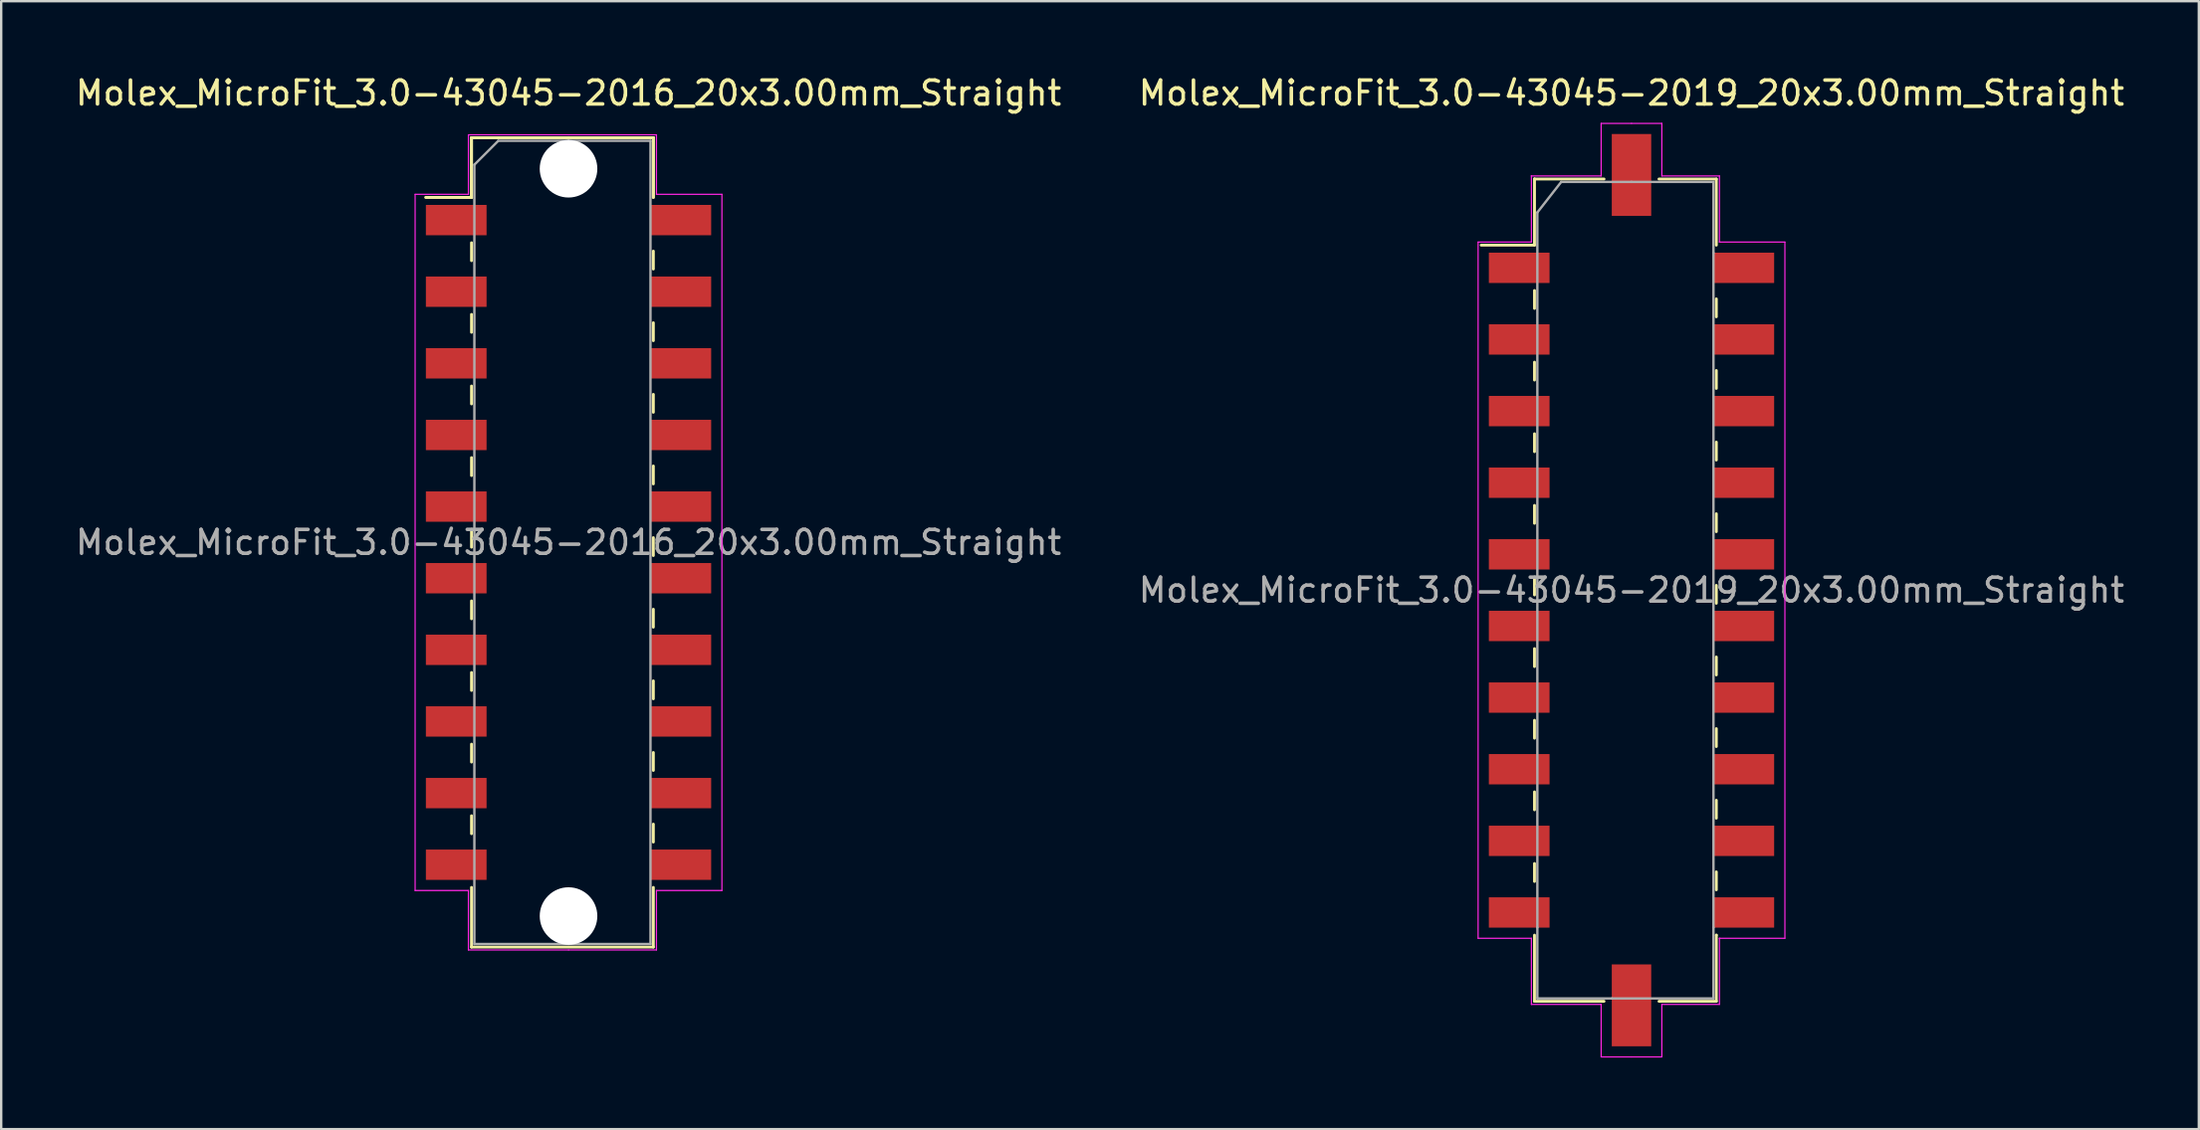
<source format=kicad_pcb>
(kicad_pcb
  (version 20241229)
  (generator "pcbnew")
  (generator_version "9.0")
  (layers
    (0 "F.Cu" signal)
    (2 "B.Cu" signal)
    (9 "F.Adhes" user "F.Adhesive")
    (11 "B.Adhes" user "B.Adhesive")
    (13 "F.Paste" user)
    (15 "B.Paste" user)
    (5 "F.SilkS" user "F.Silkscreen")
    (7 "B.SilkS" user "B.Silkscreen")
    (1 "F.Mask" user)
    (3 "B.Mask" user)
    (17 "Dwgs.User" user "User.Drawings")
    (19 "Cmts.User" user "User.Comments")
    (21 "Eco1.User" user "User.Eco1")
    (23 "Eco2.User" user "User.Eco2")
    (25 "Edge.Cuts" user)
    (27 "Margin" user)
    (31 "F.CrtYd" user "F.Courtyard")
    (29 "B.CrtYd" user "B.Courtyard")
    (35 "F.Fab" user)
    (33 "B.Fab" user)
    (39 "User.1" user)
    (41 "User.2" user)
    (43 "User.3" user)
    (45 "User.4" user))
  (footprint "Molex_MicroFit_3.0-43045-2016_20x3.00mm_Straight"
    (layer "F.Cu")
    (at 20.744 19.668)
    (property "Reference" "Molex_MicroFit_3.0-43045-2016_20x3.00mm_Straight" (at 0 -18.82 0) (layer "F.SilkS") (effects (font (size 1 1) (thickness 0.15))))
    (attr smd)
    (fp_line (start -5.97 -14.45) (end -4.06 -14.45) (stroke (width 0.12) (type solid)) (layer "F.SilkS"))
    (fp_line (start -5.97 -14.45) (end -4.06 -14.45) (stroke (width 0.12) (type solid)) (layer "F.SilkS"))
    (fp_line (start -4.06 -16.95) (end 3.55 -16.95) (stroke (width 0.12) (type solid)) (layer "F.SilkS"))
    (fp_line (start -4.06 -16.95) (end 3.55 -16.95) (stroke (width 0.12) (type solid)) (layer "F.SilkS"))
    (fp_line (start -4.06 -14.45) (end -4.06 -16.95) (stroke (width 0.12) (type solid)) (layer "F.SilkS"))
    (fp_line (start -4.06 -14.45) (end -4.06 -16.95) (stroke (width 0.12) (type solid)) (layer "F.SilkS"))
    (fp_line (start -4.06 -12.55) (end -4.06 -11.8) (stroke (width 0.12) (type solid)) (layer "F.SilkS"))
    (fp_line (start -4.06 -9.55) (end -4.06 -8.8) (stroke (width 0.12) (type solid)) (layer "F.SilkS"))
    (fp_line (start -4.06 -6.55) (end -4.06 -5.8) (stroke (width 0.12) (type solid)) (layer "F.SilkS"))
    (fp_line (start -4.06 -3.55) (end -4.06 -2.8) (stroke (width 0.12) (type solid)) (layer "F.SilkS"))
    (fp_line (start -4.06 -0.55) (end -4.06 0.2) (stroke (width 0.12) (type solid)) (layer "F.SilkS"))
    (fp_line (start -4.06 2.45) (end -4.06 3.2) (stroke (width 0.12) (type solid)) (layer "F.SilkS"))
    (fp_line (start -4.06 5.45) (end -4.06 6.2) (stroke (width 0.12) (type solid)) (layer "F.SilkS"))
    (fp_line (start -4.06 8.45) (end -4.06 9.2) (stroke (width 0.12) (type solid)) (layer "F.SilkS"))
    (fp_line (start -4.06 11.45) (end -4.06 12.2) (stroke (width 0.12) (type solid)) (layer "F.SilkS"))
    (fp_line (start -4.06 16.95) (end -4.06 14.45) (stroke (width 0.12) (type solid)) (layer "F.SilkS"))
    (fp_line (start 3.55 -16.95) (end 3.55 -14.45) (stroke (width 0.12) (type solid)) (layer "F.SilkS"))
    (fp_line (start 3.55 -16.95) (end 3.55 -14.45) (stroke (width 0.12) (type solid)) (layer "F.SilkS"))
    (fp_line (start 3.55 -11.45) (end 3.55 -12.2) (stroke (width 0.12) (type solid)) (layer "F.SilkS"))
    (fp_line (start 3.55 -8.45) (end 3.55 -9.2) (stroke (width 0.12) (type solid)) (layer "F.SilkS"))
    (fp_line (start 3.55 -5.45) (end 3.55 -6.2) (stroke (width 0.12) (type solid)) (layer "F.SilkS"))
    (fp_line (start 3.55 -2.45) (end 3.55 -3.2) (stroke (width 0.12) (type solid)) (layer "F.SilkS"))
    (fp_line (start 3.55 0.55) (end 3.55 -0.2) (stroke (width 0.12) (type solid)) (layer "F.SilkS"))
    (fp_line (start 3.55 3.55) (end 3.55 2.8) (stroke (width 0.12) (type solid)) (layer "F.SilkS"))
    (fp_line (start 3.55 6.55) (end 3.55 5.8) (stroke (width 0.12) (type solid)) (layer "F.SilkS"))
    (fp_line (start 3.55 9.55) (end 3.55 8.8) (stroke (width 0.12) (type solid)) (layer "F.SilkS"))
    (fp_line (start 3.55 12.55) (end 3.55 11.8) (stroke (width 0.12) (type solid)) (layer "F.SilkS"))
    (fp_line (start 3.55 14.45) (end 3.55 16.95) (stroke (width 0.12) (type solid)) (layer "F.SilkS"))
    (fp_line (start 3.55 16.95) (end -4.06 16.95) (stroke (width 0.12) (type solid)) (layer "F.SilkS"))
    (fp_line (start -6.42 -14.58) (end -4.19 -14.58) (stroke (width 0.05) (type solid)) (layer "F.CrtYd"))
    (fp_line (start -6.42 14.58) (end -6.42 -14.58) (stroke (width 0.05) (type solid)) (layer "F.CrtYd"))
    (fp_line (start -4.19 -17.07) (end 0 -17.07) (stroke (width 0.05) (type solid)) (layer "F.CrtYd"))
    (fp_line (start -4.19 -14.58) (end -4.19 -17.07) (stroke (width 0.05) (type solid)) (layer "F.CrtYd"))
    (fp_line (start -4.19 14.58) (end -6.42 14.58) (stroke (width 0.05) (type solid)) (layer "F.CrtYd"))
    (fp_line (start -4.19 17.07) (end -4.19 14.58) (stroke (width 0.05) (type solid)) (layer "F.CrtYd"))
    (fp_line (start 0 -17.07) (end 3.68 -17.07) (stroke (width 0.05) (type solid)) (layer "F.CrtYd"))
    (fp_line (start 0 17.07) (end -4.19 17.07) (stroke (width 0.05) (type solid)) (layer "F.CrtYd"))
    (fp_line (start 3.68 -17.07) (end 3.68 -14.58) (stroke (width 0.05) (type solid)) (layer "F.CrtYd"))
    (fp_line (start 3.68 -14.58) (end 6.42 -14.58) (stroke (width 0.05) (type solid)) (layer "F.CrtYd"))
    (fp_line (start 3.68 14.58) (end 3.68 17.07) (stroke (width 0.05) (type solid)) (layer "F.CrtYd"))
    (fp_line (start 3.68 17.07) (end 0 17.07) (stroke (width 0.05) (type solid)) (layer "F.CrtYd"))
    (fp_line (start 6.42 -14.58) (end 6.42 14.58) (stroke (width 0.05) (type solid)) (layer "F.CrtYd"))
    (fp_line (start 6.42 14.58) (end 3.68 14.58) (stroke (width 0.05) (type solid)) (layer "F.CrtYd"))
    (fp_line (start -3.94 -15.82) (end -2.94 -16.82) (stroke (width 0.1) (type solid)) (layer "F.Fab"))
    (fp_line (start -3.94 16.82) (end -3.94 -15.82) (stroke (width 0.1) (type solid)) (layer "F.Fab"))
    (fp_line (start -2.94 -16.82) (end 0 -16.82) (stroke (width 0.1) (type solid)) (layer "F.Fab"))
    (fp_line (start 0 -16.82) (end 3.43 -16.82) (stroke (width 0.1) (type solid)) (layer "F.Fab"))
    (fp_line (start 0 16.82) (end -3.94 16.82) (stroke (width 0.1) (type solid)) (layer "F.Fab"))
    (fp_line (start 3.43 -16.82) (end 3.43 16.82) (stroke (width 0.1) (type solid)) (layer "F.Fab"))
    (fp_line (start 3.43 16.82) (end 0 16.82) (stroke (width 0.1) (type solid)) (layer "F.Fab"))
    (fp_text user "${REFERENCE}" (at 0 0 0) (layer "F.Fab") (effects (font (size 1 1) (thickness 0.15))))
    (pad "" np_thru_hole circle (at 0 -15.65) (size 2.41 2.41) (drill 2.41) (layers "*.Cu"))
    (pad "" np_thru_hole circle (at 0 15.65) (size 2.41 2.41) (drill 2.41) (layers "*.Cu"))
    (pad "1" smd rect (at -4.7 -13.5) (size 2.54 1.27) (layers "F.Cu" "F.Mask" "F.Paste"))
    (pad "2" smd rect (at -4.7 -10.5) (size 2.54 1.27) (layers "F.Cu" "F.Mask" "F.Paste"))
    (pad "3" smd rect (at -4.7 -7.5) (size 2.54 1.27) (layers "F.Cu" "F.Mask" "F.Paste"))
    (pad "4" smd rect (at -4.7 -4.5) (size 2.54 1.27) (layers "F.Cu" "F.Mask" "F.Paste"))
    (pad "5" smd rect (at -4.7 -1.5) (size 2.54 1.27) (layers "F.Cu" "F.Mask" "F.Paste"))
    (pad "6" smd rect (at -4.7 1.5) (size 2.54 1.27) (layers "F.Cu" "F.Mask" "F.Paste"))
    (pad "7" smd rect (at -4.7 4.5) (size 2.54 1.27) (layers "F.Cu" "F.Mask" "F.Paste"))
    (pad "8" smd rect (at -4.7 7.5) (size 2.54 1.27) (layers "F.Cu" "F.Mask" "F.Paste"))
    (pad "9" smd rect (at -4.7 10.5) (size 2.54 1.27) (layers "F.Cu" "F.Mask" "F.Paste"))
    (pad "10" smd rect (at -4.7 13.5) (size 2.54 1.27) (layers "F.Cu" "F.Mask" "F.Paste"))
    (pad "11" smd rect (at 4.7 13.5) (size 2.54 1.27) (layers "F.Cu" "F.Mask" "F.Paste"))
    (pad "12" smd rect (at 4.7 10.5) (size 2.54 1.27) (layers "F.Cu" "F.Mask" "F.Paste"))
    (pad "13" smd rect (at 4.7 7.5) (size 2.54 1.27) (layers "F.Cu" "F.Mask" "F.Paste"))
    (pad "14" smd rect (at 4.7 4.5) (size 2.54 1.27) (layers "F.Cu" "F.Mask" "F.Paste"))
    (pad "15" smd rect (at 4.7 1.5) (size 2.54 1.27) (layers "F.Cu" "F.Mask" "F.Paste"))
    (pad "16" smd rect (at 4.7 -1.5) (size 2.54 1.27) (layers "F.Cu" "F.Mask" "F.Paste"))
    (pad "17" smd rect (at 4.7 -4.5) (size 2.54 1.27) (layers "F.Cu" "F.Mask" "F.Paste"))
    (pad "18" smd rect (at 4.7 -7.5) (size 2.54 1.27) (layers "F.Cu" "F.Mask" "F.Paste"))
    (pad "19" smd rect (at 4.7 -10.5) (size 2.54 1.27) (layers "F.Cu" "F.Mask" "F.Paste"))
    (pad "20" smd rect (at 4.7 -13.5) (size 2.54 1.27) (layers "F.Cu" "F.Mask" "F.Paste")))
  (footprint "Molex_MicroFit_3.0-43045-2019_20x3.00mm_Straight"
    (layer "F.Cu")
    (at 65.232 21.668)
    (property "Reference" "Molex_MicroFit_3.0-43045-2019_20x3.00mm_Straight" (at 0 -20.82 0) (layer "F.SilkS") (effects (font (size 1 1) (thickness 0.15))))
    (attr smd)
    (fp_line (start -6.29 -14.45) (end -4.06 -14.45) (stroke (width 0.12) (type solid)) (layer "F.SilkS"))
    (fp_line (start -4.06 -17.22) (end -4.06 -17.22) (stroke (width 0.12) (type solid)) (layer "F.SilkS"))
    (fp_line (start -4.06 -17.22) (end -1.15 -17.22) (stroke (width 0.12) (type solid)) (layer "F.SilkS"))
    (fp_line (start -4.06 -14.45) (end -4.06 -17.22) (stroke (width 0.12) (type solid)) (layer "F.SilkS"))
    (fp_line (start -4.06 -12.55) (end -4.06 -11.8) (stroke (width 0.12) (type solid)) (layer "F.SilkS"))
    (fp_line (start -4.06 -9.55) (end -4.06 -8.8) (stroke (width 0.12) (type solid)) (layer "F.SilkS"))
    (fp_line (start -4.06 -6.55) (end -4.06 -5.8) (stroke (width 0.12) (type solid)) (layer "F.SilkS"))
    (fp_line (start -4.06 -3.55) (end -4.06 -2.8) (stroke (width 0.12) (type solid)) (layer "F.SilkS"))
    (fp_line (start -4.06 -0.55) (end -4.06 0.2) (stroke (width 0.12) (type solid)) (layer "F.SilkS"))
    (fp_line (start -4.06 2.45) (end -4.06 3.2) (stroke (width 0.12) (type solid)) (layer "F.SilkS"))
    (fp_line (start -4.06 5.45) (end -4.06 6.2) (stroke (width 0.12) (type solid)) (layer "F.SilkS"))
    (fp_line (start -4.06 8.45) (end -4.06 9.2) (stroke (width 0.12) (type solid)) (layer "F.SilkS"))
    (fp_line (start -4.06 11.45) (end -4.06 12.2) (stroke (width 0.12) (type solid)) (layer "F.SilkS"))
    (fp_line (start -4.06 17.22) (end -4.06 14.45) (stroke (width 0.12) (type solid)) (layer "F.SilkS"))
    (fp_line (start -1.15 17.22) (end -4.06 17.22) (stroke (width 0.12) (type solid)) (layer "F.SilkS"))
    (fp_line (start 1.15 -17.22) (end 3.55 -17.22) (stroke (width 0.12) (type solid)) (layer "F.SilkS"))
    (fp_line (start 3.55 -17.22) (end 3.55 -14.45) (stroke (width 0.12) (type solid)) (layer "F.SilkS"))
    (fp_line (start 3.55 -11.45) (end 3.55 -12.2) (stroke (width 0.12) (type solid)) (layer "F.SilkS"))
    (fp_line (start 3.55 -8.45) (end 3.55 -9.2) (stroke (width 0.12) (type solid)) (layer "F.SilkS"))
    (fp_line (start 3.55 -5.45) (end 3.55 -6.2) (stroke (width 0.12) (type solid)) (layer "F.SilkS"))
    (fp_line (start 3.55 -2.45) (end 3.55 -3.2) (stroke (width 0.12) (type solid)) (layer "F.SilkS"))
    (fp_line (start 3.55 0.55) (end 3.55 -0.2) (stroke (width 0.12) (type solid)) (layer "F.SilkS"))
    (fp_line (start 3.55 3.55) (end 3.55 2.8) (stroke (width 0.12) (type solid)) (layer "F.SilkS"))
    (fp_line (start 3.55 6.55) (end 3.55 5.8) (stroke (width 0.12) (type solid)) (layer "F.SilkS"))
    (fp_line (start 3.55 9.55) (end 3.55 8.8) (stroke (width 0.12) (type solid)) (layer "F.SilkS"))
    (fp_line (start 3.55 12.55) (end 3.55 11.8) (stroke (width 0.12) (type solid)) (layer "F.SilkS"))
    (fp_line (start 3.55 14.45) (end 3.55 14.45) (stroke (width 0.12) (type solid)) (layer "F.SilkS"))
    (fp_line (start 3.55 14.45) (end 3.55 17.22) (stroke (width 0.12) (type solid)) (layer "F.SilkS"))
    (fp_line (start 3.55 17.22) (end 1.15 17.22) (stroke (width 0.12) (type solid)) (layer "F.SilkS"))
    (fp_line (start -6.42 -14.58) (end -4.19 -14.58) (stroke (width 0.05) (type solid)) (layer "F.CrtYd"))
    (fp_line (start -6.42 14.58) (end -6.42 -14.58) (stroke (width 0.05) (type solid)) (layer "F.CrtYd"))
    (fp_line (start -4.19 -17.35) (end -4.19 -17.35) (stroke (width 0.05) (type solid)) (layer "F.CrtYd"))
    (fp_line (start -4.19 -17.35) (end -1.27 -17.35) (stroke (width 0.05) (type solid)) (layer "F.CrtYd"))
    (fp_line (start -4.19 -14.58) (end -4.19 -17.35) (stroke (width 0.05) (type solid)) (layer "F.CrtYd"))
    (fp_line (start -4.19 14.58) (end -6.42 14.58) (stroke (width 0.05) (type solid)) (layer "F.CrtYd"))
    (fp_line (start -4.19 17.35) (end -4.19 14.58) (stroke (width 0.05) (type solid)) (layer "F.CrtYd"))
    (fp_line (start -1.27 -19.55) (end 0 -19.55) (stroke (width 0.05) (type solid)) (layer "F.CrtYd"))
    (fp_line (start -1.27 -17.35) (end -1.27 -19.55) (stroke (width 0.05) (type solid)) (layer "F.CrtYd"))
    (fp_line (start -1.27 17.35) (end -4.19 17.35) (stroke (width 0.05) (type solid)) (layer "F.CrtYd"))
    (fp_line (start -1.27 19.55) (end -1.27 17.35) (stroke (width 0.05) (type solid)) (layer "F.CrtYd"))
    (fp_line (start 0 -19.55) (end 1.27 -19.55) (stroke (width 0.05) (type solid)) (layer "F.CrtYd"))
    (fp_line (start 0 19.55) (end -1.27 19.55) (stroke (width 0.05) (type solid)) (layer "F.CrtYd"))
    (fp_line (start 1.27 -19.55) (end 1.27 -17.35) (stroke (width 0.05) (type solid)) (layer "F.CrtYd"))
    (fp_line (start 1.27 -17.35) (end 3.68 -17.35) (stroke (width 0.05) (type solid)) (layer "F.CrtYd"))
    (fp_line (start 1.27 17.35) (end 1.27 19.55) (stroke (width 0.05) (type solid)) (layer "F.CrtYd"))
    (fp_line (start 1.27 19.55) (end 0 19.55) (stroke (width 0.05) (type solid)) (layer "F.CrtYd"))
    (fp_line (start 3.68 -17.35) (end 3.68 -14.58) (stroke (width 0.05) (type solid)) (layer "F.CrtYd"))
    (fp_line (start 3.68 -14.58) (end 6.42 -14.58) (stroke (width 0.05) (type solid)) (layer "F.CrtYd"))
    (fp_line (start 3.68 14.58) (end 3.68 14.58) (stroke (width 0.05) (type solid)) (layer "F.CrtYd"))
    (fp_line (start 3.68 14.58) (end 3.68 17.35) (stroke (width 0.05) (type solid)) (layer "F.CrtYd"))
    (fp_line (start 3.68 17.35) (end 1.27 17.35) (stroke (width 0.05) (type solid)) (layer "F.CrtYd"))
    (fp_line (start 6.42 -14.58) (end 6.42 14.58) (stroke (width 0.05) (type solid)) (layer "F.CrtYd"))
    (fp_line (start 6.42 14.58) (end 3.68 14.58) (stroke (width 0.05) (type solid)) (layer "F.CrtYd"))
    (fp_line (start -3.94 -15.82) (end -2.94 -17.1) (stroke (width 0.1) (type solid)) (layer "F.Fab"))
    (fp_line (start -3.94 14.13) (end -3.94 -15.82) (stroke (width 0.1) (type solid)) (layer "F.Fab"))
    (fp_line (start -3.94 17.1) (end -3.94 14.13) (stroke (width 0.1) (type solid)) (layer "F.Fab"))
    (fp_line (start -2.94 -17.1) (end 0 -17.1) (stroke (width 0.1) (type solid)) (layer "F.Fab"))
    (fp_line (start -0.82 17.1) (end -3.94 17.1) (stroke (width 0.1) (type solid)) (layer "F.Fab"))
    (fp_line (start 0 -17.1) (end 3.43 -17.1) (stroke (width 0.1) (type solid)) (layer "F.Fab"))
    (fp_line (start 3.43 -17.1) (end 3.43 -14.13) (stroke (width 0.1) (type solid)) (layer "F.Fab"))
    (fp_line (start 3.43 -14.13) (end 3.43 14.13) (stroke (width 0.1) (type solid)) (layer "F.Fab"))
    (fp_line (start 3.43 14.13) (end 3.43 17.1) (stroke (width 0.1) (type solid)) (layer "F.Fab"))
    (fp_line (start 3.43 17.1) (end -0.82 17.1) (stroke (width 0.1) (type solid)) (layer "F.Fab"))
    (fp_text user "${REFERENCE}" (at 0 0 0) (layer "F.Fab") (effects (font (size 1 1) (thickness 0.15))))
    (pad "" smd rect (at 0 -17.39) (size 1.65 3.43) (layers "F.Cu" "F.Mask" "F.Paste"))
    (pad "" smd rect (at 0 17.39) (size 1.65 3.43) (layers "F.Cu" "F.Mask" "F.Paste"))
    (pad "1" smd rect (at -4.7 -13.5) (size 2.54 1.27) (layers "F.Cu" "F.Mask" "F.Paste"))
    (pad "2" smd rect (at -4.7 -10.5) (size 2.54 1.27) (layers "F.Cu" "F.Mask" "F.Paste"))
    (pad "3" smd rect (at -4.7 -7.5) (size 2.54 1.27) (layers "F.Cu" "F.Mask" "F.Paste"))
    (pad "4" smd rect (at -4.7 -4.5) (size 2.54 1.27) (layers "F.Cu" "F.Mask" "F.Paste"))
    (pad "5" smd rect (at -4.7 -1.5) (size 2.54 1.27) (layers "F.Cu" "F.Mask" "F.Paste"))
    (pad "6" smd rect (at -4.7 1.5) (size 2.54 1.27) (layers "F.Cu" "F.Mask" "F.Paste"))
    (pad "7" smd rect (at -4.7 4.5) (size 2.54 1.27) (layers "F.Cu" "F.Mask" "F.Paste"))
    (pad "8" smd rect (at -4.7 7.5) (size 2.54 1.27) (layers "F.Cu" "F.Mask" "F.Paste"))
    (pad "9" smd rect (at -4.7 10.5) (size 2.54 1.27) (layers "F.Cu" "F.Mask" "F.Paste"))
    (pad "10" smd rect (at -4.7 13.5) (size 2.54 1.27) (layers "F.Cu" "F.Mask" "F.Paste"))
    (pad "11" smd rect (at 4.7 13.5) (size 2.54 1.27) (layers "F.Cu" "F.Mask" "F.Paste"))
    (pad "12" smd rect (at 4.7 10.5) (size 2.54 1.27) (layers "F.Cu" "F.Mask" "F.Paste"))
    (pad "13" smd rect (at 4.7 7.5) (size 2.54 1.27) (layers "F.Cu" "F.Mask" "F.Paste"))
    (pad "14" smd rect (at 4.7 4.5) (size 2.54 1.27) (layers "F.Cu" "F.Mask" "F.Paste"))
    (pad "15" smd rect (at 4.7 1.5) (size 2.54 1.27) (layers "F.Cu" "F.Mask" "F.Paste"))
    (pad "16" smd rect (at 4.7 -1.5) (size 2.54 1.27) (layers "F.Cu" "F.Mask" "F.Paste"))
    (pad "17" smd rect (at 4.7 -4.5) (size 2.54 1.27) (layers "F.Cu" "F.Mask" "F.Paste"))
    (pad "18" smd rect (at 4.7 -7.5) (size 2.54 1.27) (layers "F.Cu" "F.Mask" "F.Paste"))
    (pad "19" smd rect (at 4.7 -10.5) (size 2.54 1.27) (layers "F.Cu" "F.Mask" "F.Paste"))
    (pad "20" smd rect (at 4.7 -13.5) (size 2.54 1.27) (layers "F.Cu" "F.Mask" "F.Paste")))
  (gr_rect
    (start -3 -3)
    (end 88.976 44.243)
    (stroke (width 0.1) (type default))
    (fill no)
    (layer "Edge.Cuts")))
</source>
